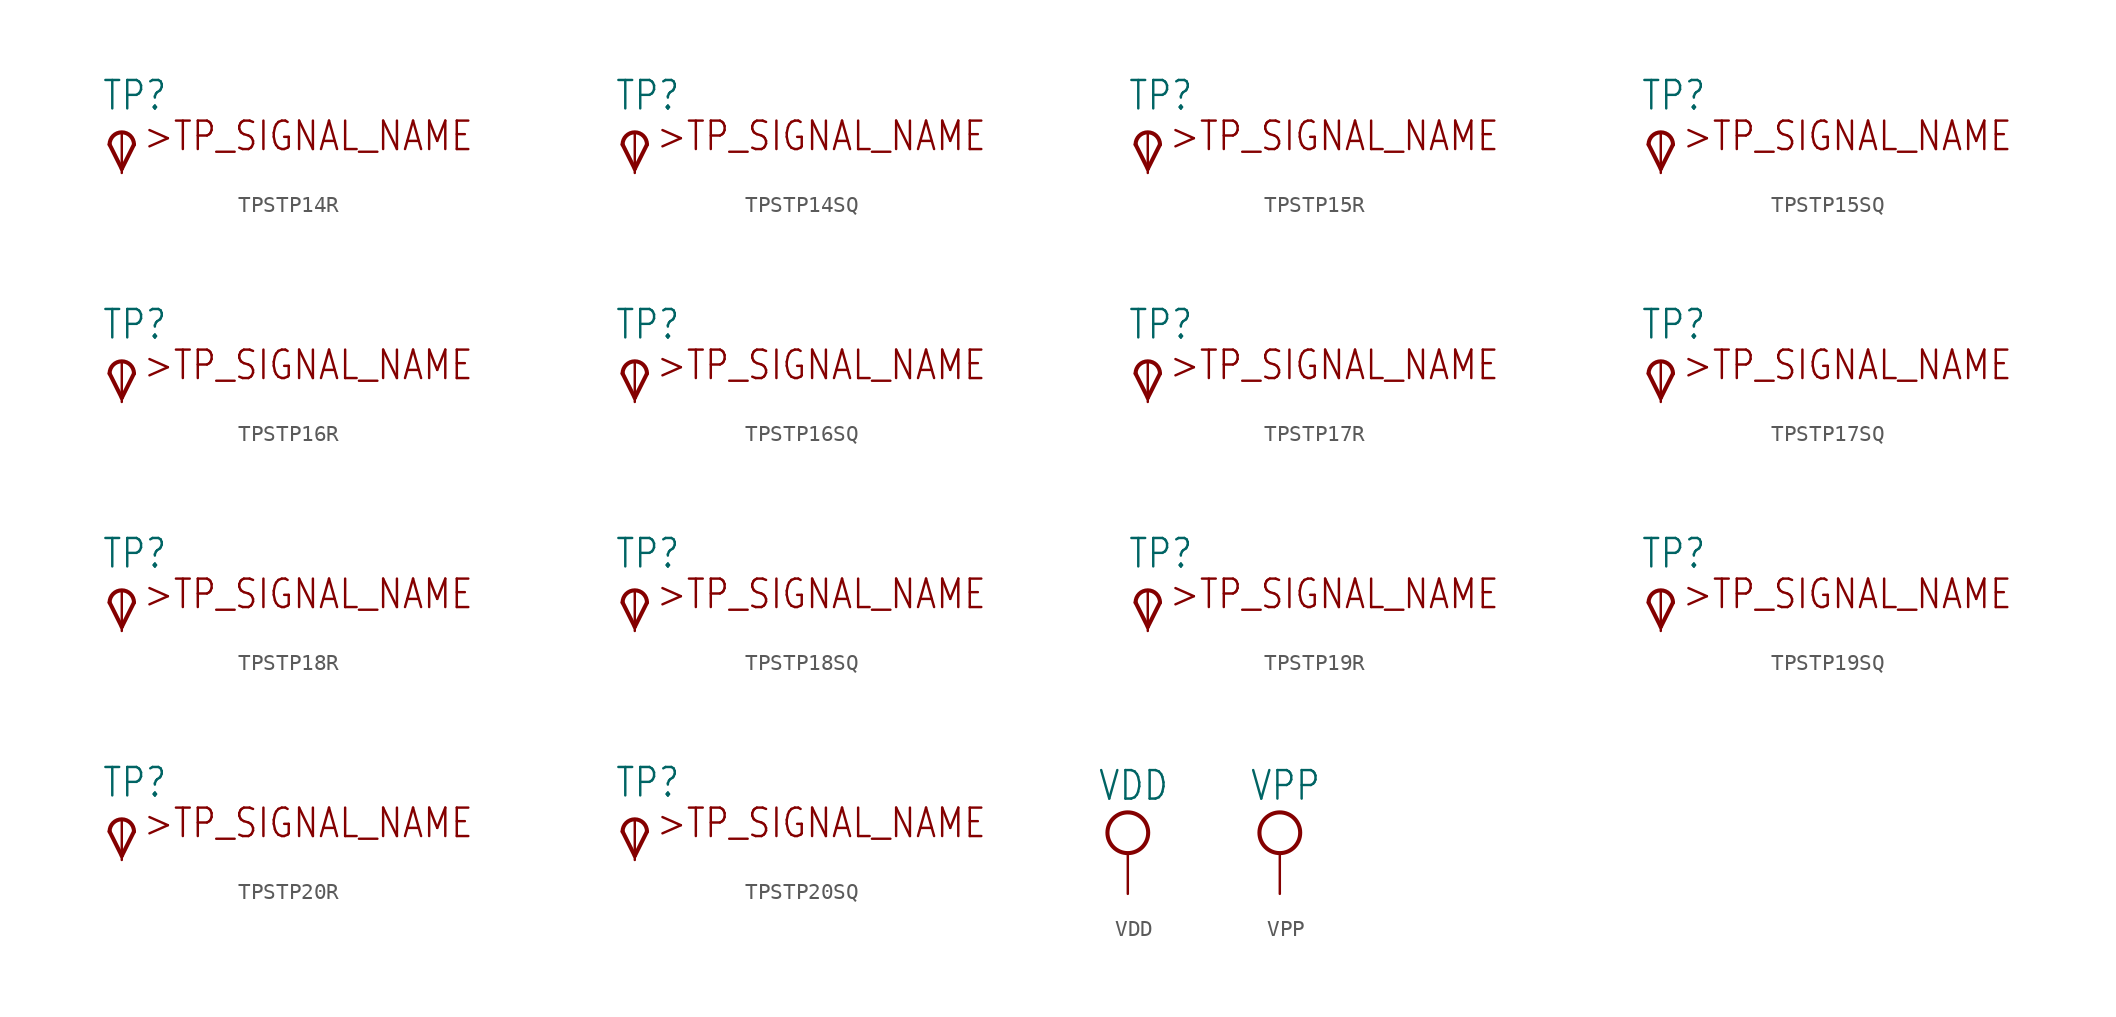
<source format=kicad_sym>
(kicad_symbol_lib
  (version 20211014)
  (generator kicad_symbol_editor)
  (symbol "TPSTP14R"
    (property "Reference" "TP"
      (at -1.27 1.27 0)
      (effects (font (size 1.778 1.511)) (justify left bottom)))
    (property "ki_locked" ""
      (at 0 0 0)
      (effects (font (size 1.27 1.27))))
    (symbol "TPSTP14R_1_0"
      (polyline (pts (xy 0 -2.286) (xy -0.762 -0.762)) (stroke (width 0.254) (type default) (color 0 0 0 0)) (fill (type none)))
      (polyline (pts (xy 0.762 -0.762) (xy 0 -2.286)) (stroke (width 0.254) (type default) (color 0 0 0 0)) (fill (type none)))
      (arc (start 0.762 -0.762) (mid 0 0) (end -0.762 -0.762) (stroke (width 0.254) (type default) (color 0 0 0 0)) (fill (type none)))
      (text ">TP_SIGNAL_NAME" (at 1.27 -1.27 0) (effects (font (size 1.778 1.511)) (justify left bottom)))
      (pin input line (at 0 -2.54 90) (length 2.54) (name "PP" (effects (font (size 0 0)))) (number "TP" (effects (font (size 0 0)))))))
  (symbol "TPSTP14SQ"
    (property "Reference" "TP"
      (at -1.27 1.27 0)
      (effects (font (size 1.778 1.511)) (justify left bottom)))
    (property "ki_locked" ""
      (at 0 0 0)
      (effects (font (size 1.27 1.27))))
    (symbol "TPSTP14SQ_1_0"
      (polyline (pts (xy 0 -2.286) (xy -0.762 -0.762)) (stroke (width 0.254) (type default) (color 0 0 0 0)) (fill (type none)))
      (polyline (pts (xy 0.762 -0.762) (xy 0 -2.286)) (stroke (width 0.254) (type default) (color 0 0 0 0)) (fill (type none)))
      (arc (start 0.762 -0.762) (mid 0 0) (end -0.762 -0.762) (stroke (width 0.254) (type default) (color 0 0 0 0)) (fill (type none)))
      (text ">TP_SIGNAL_NAME" (at 1.27 -1.27 0) (effects (font (size 1.778 1.511)) (justify left bottom)))
      (pin input line (at 0 -2.54 90) (length 2.54) (name "PP" (effects (font (size 0 0)))) (number "TP" (effects (font (size 0 0)))))))
  (symbol "TPSTP15R"
    (property "Reference" "TP"
      (at -1.27 1.27 0)
      (effects (font (size 1.778 1.511)) (justify left bottom)))
    (property "ki_locked" ""
      (at 0 0 0)
      (effects (font (size 1.27 1.27))))
    (symbol "TPSTP15R_1_0"
      (polyline (pts (xy 0 -2.286) (xy -0.762 -0.762)) (stroke (width 0.254) (type default) (color 0 0 0 0)) (fill (type none)))
      (polyline (pts (xy 0.762 -0.762) (xy 0 -2.286)) (stroke (width 0.254) (type default) (color 0 0 0 0)) (fill (type none)))
      (arc (start 0.762 -0.762) (mid 0 0) (end -0.762 -0.762) (stroke (width 0.254) (type default) (color 0 0 0 0)) (fill (type none)))
      (text ">TP_SIGNAL_NAME" (at 1.27 -1.27 0) (effects (font (size 1.778 1.511)) (justify left bottom)))
      (pin input line (at 0 -2.54 90) (length 2.54) (name "PP" (effects (font (size 0 0)))) (number "TP" (effects (font (size 0 0)))))))
  (symbol "TPSTP15SQ"
    (property "Reference" "TP"
      (at -1.27 1.27 0)
      (effects (font (size 1.778 1.511)) (justify left bottom)))
    (property "ki_locked" ""
      (at 0 0 0)
      (effects (font (size 1.27 1.27))))
    (symbol "TPSTP15SQ_1_0"
      (polyline (pts (xy 0 -2.286) (xy -0.762 -0.762)) (stroke (width 0.254) (type default) (color 0 0 0 0)) (fill (type none)))
      (polyline (pts (xy 0.762 -0.762) (xy 0 -2.286)) (stroke (width 0.254) (type default) (color 0 0 0 0)) (fill (type none)))
      (arc (start 0.762 -0.762) (mid 0 0) (end -0.762 -0.762) (stroke (width 0.254) (type default) (color 0 0 0 0)) (fill (type none)))
      (text ">TP_SIGNAL_NAME" (at 1.27 -1.27 0) (effects (font (size 1.778 1.511)) (justify left bottom)))
      (pin input line (at 0 -2.54 90) (length 2.54) (name "PP" (effects (font (size 0 0)))) (number "TP" (effects (font (size 0 0)))))))
  (symbol "TPSTP16R"
    (property "Reference" "TP"
      (at -1.27 1.27 0)
      (effects (font (size 1.778 1.511)) (justify left bottom)))
    (property "ki_locked" ""
      (at 0 0 0)
      (effects (font (size 1.27 1.27))))
    (symbol "TPSTP16R_1_0"
      (polyline (pts (xy 0 -2.286) (xy -0.762 -0.762)) (stroke (width 0.254) (type default) (color 0 0 0 0)) (fill (type none)))
      (polyline (pts (xy 0.762 -0.762) (xy 0 -2.286)) (stroke (width 0.254) (type default) (color 0 0 0 0)) (fill (type none)))
      (arc (start 0.762 -0.762) (mid 0 0) (end -0.762 -0.762) (stroke (width 0.254) (type default) (color 0 0 0 0)) (fill (type none)))
      (text ">TP_SIGNAL_NAME" (at 1.27 -1.27 0) (effects (font (size 1.778 1.511)) (justify left bottom)))
      (pin input line (at 0 -2.54 90) (length 2.54) (name "PP" (effects (font (size 0 0)))) (number "TP" (effects (font (size 0 0)))))))
  (symbol "TPSTP16SQ"
    (property "Reference" "TP"
      (at -1.27 1.27 0)
      (effects (font (size 1.778 1.511)) (justify left bottom)))
    (property "ki_locked" ""
      (at 0 0 0)
      (effects (font (size 1.27 1.27))))
    (symbol "TPSTP16SQ_1_0"
      (polyline (pts (xy 0 -2.286) (xy -0.762 -0.762)) (stroke (width 0.254) (type default) (color 0 0 0 0)) (fill (type none)))
      (polyline (pts (xy 0.762 -0.762) (xy 0 -2.286)) (stroke (width 0.254) (type default) (color 0 0 0 0)) (fill (type none)))
      (arc (start 0.762 -0.762) (mid 0 0) (end -0.762 -0.762) (stroke (width 0.254) (type default) (color 0 0 0 0)) (fill (type none)))
      (text ">TP_SIGNAL_NAME" (at 1.27 -1.27 0) (effects (font (size 1.778 1.511)) (justify left bottom)))
      (pin input line (at 0 -2.54 90) (length 2.54) (name "PP" (effects (font (size 0 0)))) (number "TP" (effects (font (size 0 0)))))))
  (symbol "TPSTP17R"
    (property "Reference" "TP"
      (at -1.27 1.27 0)
      (effects (font (size 1.778 1.511)) (justify left bottom)))
    (property "ki_locked" ""
      (at 0 0 0)
      (effects (font (size 1.27 1.27))))
    (symbol "TPSTP17R_1_0"
      (polyline (pts (xy 0 -2.286) (xy -0.762 -0.762)) (stroke (width 0.254) (type default) (color 0 0 0 0)) (fill (type none)))
      (polyline (pts (xy 0.762 -0.762) (xy 0 -2.286)) (stroke (width 0.254) (type default) (color 0 0 0 0)) (fill (type none)))
      (arc (start 0.762 -0.762) (mid 0 0) (end -0.762 -0.762) (stroke (width 0.254) (type default) (color 0 0 0 0)) (fill (type none)))
      (text ">TP_SIGNAL_NAME" (at 1.27 -1.27 0) (effects (font (size 1.778 1.511)) (justify left bottom)))
      (pin input line (at 0 -2.54 90) (length 2.54) (name "PP" (effects (font (size 0 0)))) (number "TP" (effects (font (size 0 0)))))))
  (symbol "TPSTP17SQ"
    (property "Reference" "TP"
      (at -1.27 1.27 0)
      (effects (font (size 1.778 1.511)) (justify left bottom)))
    (property "ki_locked" ""
      (at 0 0 0)
      (effects (font (size 1.27 1.27))))
    (symbol "TPSTP17SQ_1_0"
      (polyline (pts (xy 0 -2.286) (xy -0.762 -0.762)) (stroke (width 0.254) (type default) (color 0 0 0 0)) (fill (type none)))
      (polyline (pts (xy 0.762 -0.762) (xy 0 -2.286)) (stroke (width 0.254) (type default) (color 0 0 0 0)) (fill (type none)))
      (arc (start 0.762 -0.762) (mid 0 0) (end -0.762 -0.762) (stroke (width 0.254) (type default) (color 0 0 0 0)) (fill (type none)))
      (text ">TP_SIGNAL_NAME" (at 1.27 -1.27 0) (effects (font (size 1.778 1.511)) (justify left bottom)))
      (pin input line (at 0 -2.54 90) (length 2.54) (name "PP" (effects (font (size 0 0)))) (number "TP" (effects (font (size 0 0)))))))
  (symbol "TPSTP18R"
    (property "Reference" "TP"
      (at -1.27 1.27 0)
      (effects (font (size 1.778 1.511)) (justify left bottom)))
    (property "ki_locked" ""
      (at 0 0 0)
      (effects (font (size 1.27 1.27))))
    (symbol "TPSTP18R_1_0"
      (polyline (pts (xy 0 -2.286) (xy -0.762 -0.762)) (stroke (width 0.254) (type default) (color 0 0 0 0)) (fill (type none)))
      (polyline (pts (xy 0.762 -0.762) (xy 0 -2.286)) (stroke (width 0.254) (type default) (color 0 0 0 0)) (fill (type none)))
      (arc (start 0.762 -0.762) (mid 0 0) (end -0.762 -0.762) (stroke (width 0.254) (type default) (color 0 0 0 0)) (fill (type none)))
      (text ">TP_SIGNAL_NAME" (at 1.27 -1.27 0) (effects (font (size 1.778 1.511)) (justify left bottom)))
      (pin input line (at 0 -2.54 90) (length 2.54) (name "PP" (effects (font (size 0 0)))) (number "TP" (effects (font (size 0 0)))))))
  (symbol "TPSTP18SQ"
    (property "Reference" "TP"
      (at -1.27 1.27 0)
      (effects (font (size 1.778 1.511)) (justify left bottom)))
    (property "ki_locked" ""
      (at 0 0 0)
      (effects (font (size 1.27 1.27))))
    (symbol "TPSTP18SQ_1_0"
      (polyline (pts (xy 0 -2.286) (xy -0.762 -0.762)) (stroke (width 0.254) (type default) (color 0 0 0 0)) (fill (type none)))
      (polyline (pts (xy 0.762 -0.762) (xy 0 -2.286)) (stroke (width 0.254) (type default) (color 0 0 0 0)) (fill (type none)))
      (arc (start 0.762 -0.762) (mid 0 0) (end -0.762 -0.762) (stroke (width 0.254) (type default) (color 0 0 0 0)) (fill (type none)))
      (text ">TP_SIGNAL_NAME" (at 1.27 -1.27 0) (effects (font (size 1.778 1.511)) (justify left bottom)))
      (pin input line (at 0 -2.54 90) (length 2.54) (name "PP" (effects (font (size 0 0)))) (number "TP" (effects (font (size 0 0)))))))
  (symbol "TPSTP19R"
    (property "Reference" "TP"
      (at -1.27 1.27 0)
      (effects (font (size 1.778 1.511)) (justify left bottom)))
    (property "ki_locked" ""
      (at 0 0 0)
      (effects (font (size 1.27 1.27))))
    (symbol "TPSTP19R_1_0"
      (polyline (pts (xy 0 -2.286) (xy -0.762 -0.762)) (stroke (width 0.254) (type default) (color 0 0 0 0)) (fill (type none)))
      (polyline (pts (xy 0.762 -0.762) (xy 0 -2.286)) (stroke (width 0.254) (type default) (color 0 0 0 0)) (fill (type none)))
      (arc (start 0.762 -0.762) (mid 0 0) (end -0.762 -0.762) (stroke (width 0.254) (type default) (color 0 0 0 0)) (fill (type none)))
      (text ">TP_SIGNAL_NAME" (at 1.27 -1.27 0) (effects (font (size 1.778 1.511)) (justify left bottom)))
      (pin input line (at 0 -2.54 90) (length 2.54) (name "PP" (effects (font (size 0 0)))) (number "TP" (effects (font (size 0 0)))))))
  (symbol "TPSTP19SQ"
    (property "Reference" "TP"
      (at -1.27 1.27 0)
      (effects (font (size 1.778 1.511)) (justify left bottom)))
    (property "ki_locked" ""
      (at 0 0 0)
      (effects (font (size 1.27 1.27))))
    (symbol "TPSTP19SQ_1_0"
      (polyline (pts (xy 0 -2.286) (xy -0.762 -0.762)) (stroke (width 0.254) (type default) (color 0 0 0 0)) (fill (type none)))
      (polyline (pts (xy 0.762 -0.762) (xy 0 -2.286)) (stroke (width 0.254) (type default) (color 0 0 0 0)) (fill (type none)))
      (arc (start 0.762 -0.762) (mid 0 0) (end -0.762 -0.762) (stroke (width 0.254) (type default) (color 0 0 0 0)) (fill (type none)))
      (text ">TP_SIGNAL_NAME" (at 1.27 -1.27 0) (effects (font (size 1.778 1.511)) (justify left bottom)))
      (pin input line (at 0 -2.54 90) (length 2.54) (name "PP" (effects (font (size 0 0)))) (number "TP" (effects (font (size 0 0)))))))
  (symbol "TPSTP20R"
    (property "Reference" "TP"
      (at -1.27 1.27 0)
      (effects (font (size 1.778 1.511)) (justify left bottom)))
    (property "ki_locked" ""
      (at 0 0 0)
      (effects (font (size 1.27 1.27))))
    (symbol "TPSTP20R_1_0"
      (polyline (pts (xy 0 -2.286) (xy -0.762 -0.762)) (stroke (width 0.254) (type default) (color 0 0 0 0)) (fill (type none)))
      (polyline (pts (xy 0.762 -0.762) (xy 0 -2.286)) (stroke (width 0.254) (type default) (color 0 0 0 0)) (fill (type none)))
      (arc (start 0.762 -0.762) (mid 0 0) (end -0.762 -0.762) (stroke (width 0.254) (type default) (color 0 0 0 0)) (fill (type none)))
      (text ">TP_SIGNAL_NAME" (at 1.27 -1.27 0) (effects (font (size 1.778 1.511)) (justify left bottom)))
      (pin input line (at 0 -2.54 90) (length 2.54) (name "PP" (effects (font (size 0 0)))) (number "TP" (effects (font (size 0 0)))))))
  (symbol "TPSTP20SQ"
    (property "Reference" "TP"
      (at -1.27 1.27 0)
      (effects (font (size 1.778 1.511)) (justify left bottom)))
    (property "ki_locked" ""
      (at 0 0 0)
      (effects (font (size 1.27 1.27))))
    (symbol "TPSTP20SQ_1_0"
      (polyline (pts (xy 0 -2.286) (xy -0.762 -0.762)) (stroke (width 0.254) (type default) (color 0 0 0 0)) (fill (type none)))
      (polyline (pts (xy 0.762 -0.762) (xy 0 -2.286)) (stroke (width 0.254) (type default) (color 0 0 0 0)) (fill (type none)))
      (arc (start 0.762 -0.762) (mid 0 0) (end -0.762 -0.762) (stroke (width 0.254) (type default) (color 0 0 0 0)) (fill (type none)))
      (text ">TP_SIGNAL_NAME" (at 1.27 -1.27 0) (effects (font (size 1.778 1.511)) (justify left bottom)))
      (pin input line (at 0 -2.54 90) (length 2.54) (name "PP" (effects (font (size 0 0)))) (number "TP" (effects (font (size 0 0)))))))
  (symbol "VDD"
    (power)
    (property "Reference" "#SUPPLY"
      (at 0 0 0)
      (effects (font (size 1.27 1.27)) hide))
    (property "Value" "VDD"
      (at -1.905 3.175 0)
      (effects (font (size 1.778 1.511)) (justify left bottom)))
    (property "ki_locked" ""
      (at 0 0 0)
      (effects (font (size 1.27 1.27))))
    (symbol "VDD_1_0"
      (circle (center 0 1.27) (radius 1.27) (stroke (width 0.254) (type default) (color 0 0 0 0)) (fill (type none)))
      (pin power_in line (at 0 -2.54 90) (length 2.54) (name "VDD" (effects (font (size 0 0)))) (number "1" (effects (font (size 0 0)))))))
  (symbol "VPP"
    (power)
    (property "Reference" "#SUPPLY"
      (at 0 0 0)
      (effects (font (size 1.27 1.27)) hide))
    (property "Value" "VPP"
      (at -1.905 3.175 0)
      (effects (font (size 1.778 1.511)) (justify left bottom)))
    (property "ki_locked" ""
      (at 0 0 0)
      (effects (font (size 1.27 1.27))))
    (symbol "VPP_1_0"
      (circle (center 0 1.27) (radius 1.27) (stroke (width 0.254) (type default) (color 0 0 0 0)) (fill (type none)))
      (pin power_in line (at 0 -2.54 90) (length 2.54) (name "VPP" (effects (font (size 0 0)))) (number "1" (effects (font (size 0 0))))))))
</source>
